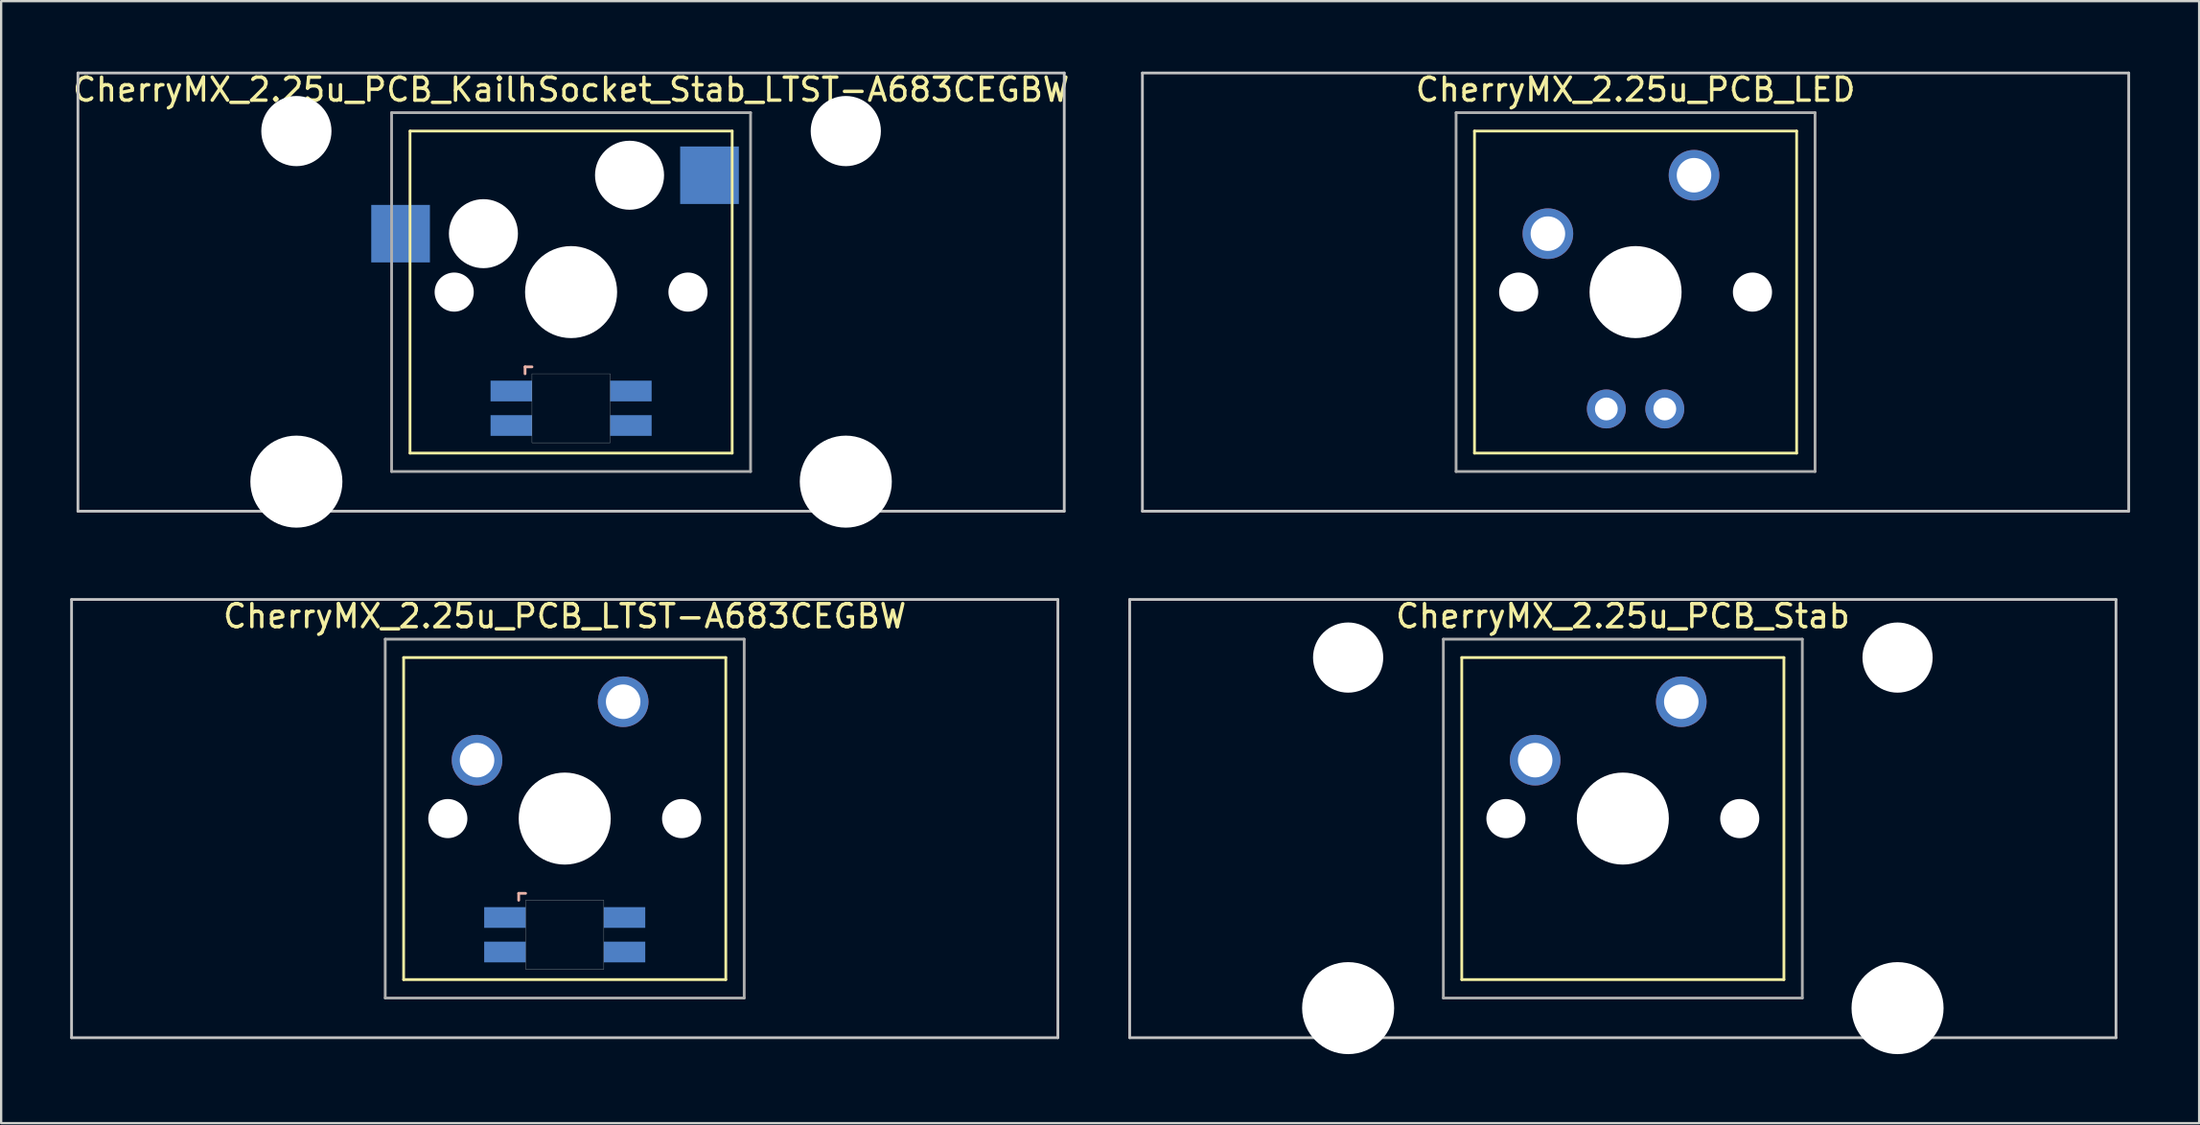
<source format=kicad_pcb>
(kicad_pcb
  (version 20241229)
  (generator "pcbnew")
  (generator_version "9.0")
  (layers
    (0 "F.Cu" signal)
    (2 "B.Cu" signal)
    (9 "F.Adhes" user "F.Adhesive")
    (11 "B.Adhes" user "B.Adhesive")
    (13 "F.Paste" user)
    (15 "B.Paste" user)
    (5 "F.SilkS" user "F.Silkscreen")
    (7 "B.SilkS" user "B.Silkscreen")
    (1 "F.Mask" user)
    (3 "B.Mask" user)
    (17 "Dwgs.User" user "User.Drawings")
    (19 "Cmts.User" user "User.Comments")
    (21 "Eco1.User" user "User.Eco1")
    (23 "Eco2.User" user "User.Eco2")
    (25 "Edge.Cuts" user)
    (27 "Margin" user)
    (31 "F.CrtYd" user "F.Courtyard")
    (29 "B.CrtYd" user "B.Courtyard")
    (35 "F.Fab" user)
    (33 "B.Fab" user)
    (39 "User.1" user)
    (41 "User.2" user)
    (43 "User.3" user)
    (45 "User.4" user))
  (footprint "CherryMX_2.25u_PCB_LTST-A683CEGBW"
    (layer "F.Cu")
    (at 21.491 32.536)
    (property "Reference" "CherryMX_2.25u_PCB_LTST-A683CEGBW" (at 0 -8.8 0) (layer "F.SilkS") (effects (font (size 1 1) (thickness 0.15))))
    (attr through_hole)
    (fp_line (start -7 -7) (end -7 7) (stroke (width 0.12) (type solid)) (layer "F.SilkS"))
    (fp_line (start -7 -7) (end 7 -7) (stroke (width 0.12) (type solid)) (layer "F.SilkS"))
    (fp_line (start 7 -7) (end 7 7) (stroke (width 0.12) (type solid)) (layer "F.SilkS"))
    (fp_line (start 7 7) (end -7 7) (stroke (width 0.12) (type solid)) (layer "F.SilkS"))
    (fp_line (start -2 3.25) (end -2 3.55) (stroke (width 0.12) (type solid)) (layer "B.SilkS"))
    (fp_line (start -1.7 3.25) (end -2 3.25) (stroke (width 0.12) (type solid)) (layer "B.SilkS"))
    (fp_line (start -21.431 -9.525) (end 21.431 -9.525) (stroke (width 0.12) (type solid)) (layer "Dwgs.User"))
    (fp_line (start -21.431 9.525) (end -21.431 -9.525) (stroke (width 0.12) (type solid)) (layer "Dwgs.User"))
    (fp_line (start 21.431 -9.525) (end 21.431 9.525) (stroke (width 0.12) (type solid)) (layer "Dwgs.User"))
    (fp_line (start 21.431 9.525) (end -21.431 9.525) (stroke (width 0.12) (type solid)) (layer "Dwgs.User"))
    (fp_poly (pts (xy 1.7 6.55) (xy -1.7 6.55) (xy -1.7 3.55) (xy 1.7 3.55)) (stroke (width 0.01) (type solid)) (fill no) (layer "Edge.Cuts"))
    (fp_line (start -7.8 -7.8) (end -7.8 7.8) (stroke (width 0.12) (type solid)) (layer "F.Fab"))
    (fp_line (start -7.8 -7.8) (end 7.8 -7.8) (stroke (width 0.12) (type solid)) (layer "F.Fab"))
    (fp_line (start -7.8 7.8) (end 7.8 7.8) (stroke (width 0.12) (type solid)) (layer "F.Fab"))
    (fp_line (start 7.8 -7.8) (end 7.8 7.8) (stroke (width 0.12) (type solid)) (layer "F.Fab"))
    (pad "" np_thru_hole circle (at -5.08 0) (size 1.7 1.7) (drill 1.7) (layers "*.Cu" "*.Mask"))
    (pad "" np_thru_hole circle (at 0 0) (size 4 4) (drill 4) (layers "*.Cu" "*.Mask"))
    (pad "" np_thru_hole circle (at 5.08 0) (size 1.7 1.7) (drill 1.7) (layers "*.Cu" "*.Mask"))
    (pad "1" thru_hole circle (at -3.81 -2.54) (size 2.2 2.2) (drill 1.5) (layers "*.Cu" "*.Mask"))
    (pad "2" thru_hole circle (at 2.54 -5.08) (size 2.2 2.2) (drill 1.5) (layers "*.Cu" "*.Mask"))
    (pad "3" smd rect (at -2.6 4.3) (size 1.8 0.9) (layers "B.Cu" "B.Mask" "B.Paste"))
    (pad "4" smd rect (at -2.6 5.8) (size 1.8 0.9) (layers "B.Cu" "B.Mask" "B.Paste"))
    (pad "5" smd rect (at 2.6 4.3) (size 1.8 0.9) (layers "B.Cu" "B.Mask" "B.Paste"))
    (pad "6" smd rect (at 2.6 5.8) (size 1.8 0.9) (layers "B.Cu" "B.Mask" "B.Paste")))
  (footprint "CherryMX_2.25u_PCB_LED"
    (layer "F.Cu")
    (at 68.027 9.648)
    (property "Reference" "CherryMX_2.25u_PCB_LED" (at 0 -8.8 0) (layer "F.SilkS") (effects (font (size 1 1) (thickness 0.15))))
    (attr through_hole)
    (fp_line (start -7 -7) (end -7 7) (stroke (width 0.12) (type solid)) (layer "F.SilkS"))
    (fp_line (start -7 -7) (end 7 -7) (stroke (width 0.12) (type solid)) (layer "F.SilkS"))
    (fp_line (start 7 -7) (end 7 7) (stroke (width 0.12) (type solid)) (layer "F.SilkS"))
    (fp_line (start 7 7) (end -7 7) (stroke (width 0.12) (type solid)) (layer "F.SilkS"))
    (fp_line (start -21.431 -9.525) (end 21.431 -9.525) (stroke (width 0.12) (type solid)) (layer "Dwgs.User"))
    (fp_line (start -21.431 9.525) (end -21.431 -9.525) (stroke (width 0.12) (type solid)) (layer "Dwgs.User"))
    (fp_line (start 21.431 -9.525) (end 21.431 9.525) (stroke (width 0.12) (type solid)) (layer "Dwgs.User"))
    (fp_line (start 21.431 9.525) (end -21.431 9.525) (stroke (width 0.12) (type solid)) (layer "Dwgs.User"))
    (fp_line (start -7.8 -7.8) (end -7.8 7.8) (stroke (width 0.12) (type solid)) (layer "F.Fab"))
    (fp_line (start -7.8 -7.8) (end 7.8 -7.8) (stroke (width 0.12) (type solid)) (layer "F.Fab"))
    (fp_line (start -7.8 7.8) (end 7.8 7.8) (stroke (width 0.12) (type solid)) (layer "F.Fab"))
    (fp_line (start 7.8 -7.8) (end 7.8 7.8) (stroke (width 0.12) (type solid)) (layer "F.Fab"))
    (pad "" np_thru_hole circle (at -5.08 0) (size 1.7 1.7) (drill 1.7) (layers "*.Cu" "*.Mask"))
    (pad "" np_thru_hole circle (at 0 0) (size 4 4) (drill 4) (layers "*.Cu" "*.Mask"))
    (pad "" np_thru_hole circle (at 5.08 0) (size 1.7 1.7) (drill 1.7) (layers "*.Cu" "*.Mask"))
    (pad "1" thru_hole circle (at -3.81 -2.54) (size 2.2 2.2) (drill 1.5) (layers "*.Cu" "*.Mask"))
    (pad "2" thru_hole circle (at 2.54 -5.08) (size 2.2 2.2) (drill 1.5) (layers "*.Cu" "*.Mask"))
    (pad "3" thru_hole circle (at -1.27 5.08) (size 1.691 1.691) (drill 0.991) (layers "*.Cu" "*.Mask"))
    (pad "4" thru_hole circle (at 1.27 5.08) (size 1.691 1.691) (drill 0.991) (layers "*.Cu" "*.Mask")))
  (footprint "CherryMX_2.25u_PCB_Stab"
    (layer "F.Cu")
    (at 67.474 32.536)
    (property "Reference" "CherryMX_2.25u_PCB_Stab" (at 0 -8.8 0) (layer "F.SilkS") (effects (font (size 1 1) (thickness 0.15))))
    (attr through_hole)
    (fp_line (start -7 -7) (end -7 7) (stroke (width 0.12) (type solid)) (layer "F.SilkS"))
    (fp_line (start -7 -7) (end 7 -7) (stroke (width 0.12) (type solid)) (layer "F.SilkS"))
    (fp_line (start 7 -7) (end 7 7) (stroke (width 0.12) (type solid)) (layer "F.SilkS"))
    (fp_line (start 7 7) (end -7 7) (stroke (width 0.12) (type solid)) (layer "F.SilkS"))
    (fp_line (start -21.431 -9.525) (end 21.431 -9.525) (stroke (width 0.12) (type solid)) (layer "Dwgs.User"))
    (fp_line (start -21.431 9.525) (end -21.431 -9.525) (stroke (width 0.12) (type solid)) (layer "Dwgs.User"))
    (fp_line (start 21.431 -9.525) (end 21.431 9.525) (stroke (width 0.12) (type solid)) (layer "Dwgs.User"))
    (fp_line (start 21.431 9.525) (end -21.431 9.525) (stroke (width 0.12) (type solid)) (layer "Dwgs.User"))
    (fp_line (start -7.8 -7.8) (end -7.8 7.8) (stroke (width 0.12) (type solid)) (layer "F.Fab"))
    (fp_line (start -7.8 -7.8) (end 7.8 -7.8) (stroke (width 0.12) (type solid)) (layer "F.Fab"))
    (fp_line (start -7.8 7.8) (end 7.8 7.8) (stroke (width 0.12) (type solid)) (layer "F.Fab"))
    (fp_line (start 7.8 -7.8) (end 7.8 7.8) (stroke (width 0.12) (type solid)) (layer "F.Fab"))
    (pad "" np_thru_hole circle (at -11.938 -7) (size 3.05 3.05) (drill 3.05) (layers "*.Cu" "*.Mask"))
    (pad "" np_thru_hole circle (at -11.938 8.24) (size 4 4) (drill 4) (layers "*.Cu" "*.Mask"))
    (pad "" np_thru_hole circle (at -5.08 0) (size 1.7 1.7) (drill 1.7) (layers "*.Cu" "*.Mask"))
    (pad "" np_thru_hole circle (at 0 0) (size 4 4) (drill 4) (layers "*.Cu" "*.Mask"))
    (pad "" np_thru_hole circle (at 5.08 0) (size 1.7 1.7) (drill 1.7) (layers "*.Cu" "*.Mask"))
    (pad "" np_thru_hole circle (at 11.938 -7) (size 3.05 3.05) (drill 3.05) (layers "*.Cu" "*.Mask"))
    (pad "" np_thru_hole circle (at 11.938 8.24) (size 4 4) (drill 4) (layers "*.Cu" "*.Mask"))
    (pad "1" thru_hole circle (at -3.81 -2.54) (size 2.2 2.2) (drill 1.5) (layers "*.Cu" "*.Mask"))
    (pad "2" thru_hole circle (at 2.54 -5.08) (size 2.2 2.2) (drill 1.5) (layers "*.Cu" "*.Mask")))
  (footprint "CherryMX_2.25u_PCB_KailhSocket_Stab_LTST-A683CEGBW"
    (layer "F.Cu")
    (at 21.768 9.648)
    (property "Reference" "CherryMX_2.25u_PCB_KailhSocket_Stab_LTST-A683CEGBW" (at 0 -8.8 0) (layer "F.SilkS") (effects (font (size 1 1) (thickness 0.15))))
    (attr through_hole)
    (fp_line (start -7 -7) (end -7 7) (stroke (width 0.12) (type solid)) (layer "F.SilkS"))
    (fp_line (start -7 -7) (end 7 -7) (stroke (width 0.12) (type solid)) (layer "F.SilkS"))
    (fp_line (start 7 -7) (end 7 7) (stroke (width 0.12) (type solid)) (layer "F.SilkS"))
    (fp_line (start 7 7) (end -7 7) (stroke (width 0.12) (type solid)) (layer "F.SilkS"))
    (fp_line (start -2 3.25) (end -2 3.55) (stroke (width 0.12) (type solid)) (layer "B.SilkS"))
    (fp_line (start -1.7 3.25) (end -2 3.25) (stroke (width 0.12) (type solid)) (layer "B.SilkS"))
    (fp_line (start -21.431 -9.525) (end 21.431 -9.525) (stroke (width 0.12) (type solid)) (layer "Dwgs.User"))
    (fp_line (start -21.431 9.525) (end -21.431 -9.525) (stroke (width 0.12) (type solid)) (layer "Dwgs.User"))
    (fp_line (start 21.431 -9.525) (end 21.431 9.525) (stroke (width 0.12) (type solid)) (layer "Dwgs.User"))
    (fp_line (start 21.431 9.525) (end -21.431 9.525) (stroke (width 0.12) (type solid)) (layer "Dwgs.User"))
    (fp_poly (pts (xy 1.7 6.55) (xy -1.7 6.55) (xy -1.7 3.55) (xy 1.7 3.55)) (stroke (width 0.01) (type solid)) (fill no) (layer "Edge.Cuts"))
    (fp_line (start -7.8 -7.8) (end -7.8 7.8) (stroke (width 0.12) (type solid)) (layer "F.Fab"))
    (fp_line (start -7.8 -7.8) (end 7.8 -7.8) (stroke (width 0.12) (type solid)) (layer "F.Fab"))
    (fp_line (start -7.8 7.8) (end 7.8 7.8) (stroke (width 0.12) (type solid)) (layer "F.Fab"))
    (fp_line (start 7.8 -7.8) (end 7.8 7.8) (stroke (width 0.12) (type solid)) (layer "F.Fab"))
    (pad "" np_thru_hole circle (at -11.938 -7) (size 3.05 3.05) (drill 3.05) (layers "*.Cu" "*.Mask"))
    (pad "" np_thru_hole circle (at -11.938 8.24) (size 4 4) (drill 4) (layers "*.Cu" "*.Mask"))
    (pad "" np_thru_hole circle (at -5.08 0) (size 1.7 1.7) (drill 1.7) (layers "*.Cu" "*.Mask"))
    (pad "" np_thru_hole circle (at -3.81 -2.54) (size 3 3) (drill 3) (layers "*.Cu" "*.Mask"))
    (pad "" np_thru_hole circle (at 0 0) (size 4 4) (drill 4) (layers "*.Cu" "*.Mask"))
    (pad "" np_thru_hole circle (at 2.54 -5.08) (size 3 3) (drill 3) (layers "*.Cu" "*.Mask"))
    (pad "" np_thru_hole circle (at 5.08 0) (size 1.7 1.7) (drill 1.7) (layers "*.Cu" "*.Mask"))
    (pad "" np_thru_hole circle (at 11.938 -7) (size 3.05 3.05) (drill 3.05) (layers "*.Cu" "*.Mask"))
    (pad "" np_thru_hole circle (at 11.938 8.24) (size 4 4) (drill 4) (layers "*.Cu" "*.Mask"))
    (pad "1" smd rect (at -7.41 -2.54) (size 2.55 2.5) (layers "B.Cu" "B.Mask" "B.Paste"))
    (pad "2" smd rect (at 6.015 -5.08) (size 2.55 2.5) (layers "B.Cu" "B.Mask" "B.Paste"))
    (pad "3" smd rect (at -2.6 4.3) (size 1.8 0.9) (layers "B.Cu" "B.Mask" "B.Paste"))
    (pad "4" smd rect (at -2.6 5.8) (size 1.8 0.9) (layers "B.Cu" "B.Mask" "B.Paste"))
    (pad "5" smd rect (at 2.6 4.3) (size 1.8 0.9) (layers "B.Cu" "B.Mask" "B.Paste"))
    (pad "6" smd rect (at 2.6 5.8) (size 1.8 0.9) (layers "B.Cu" "B.Mask" "B.Paste")))
  (gr_rect
    (start -3 -3)
    (end 92.518 45.776)
    (stroke (width 0.1) (type default))
    (fill no)
    (layer "Edge.Cuts")))
</source>
